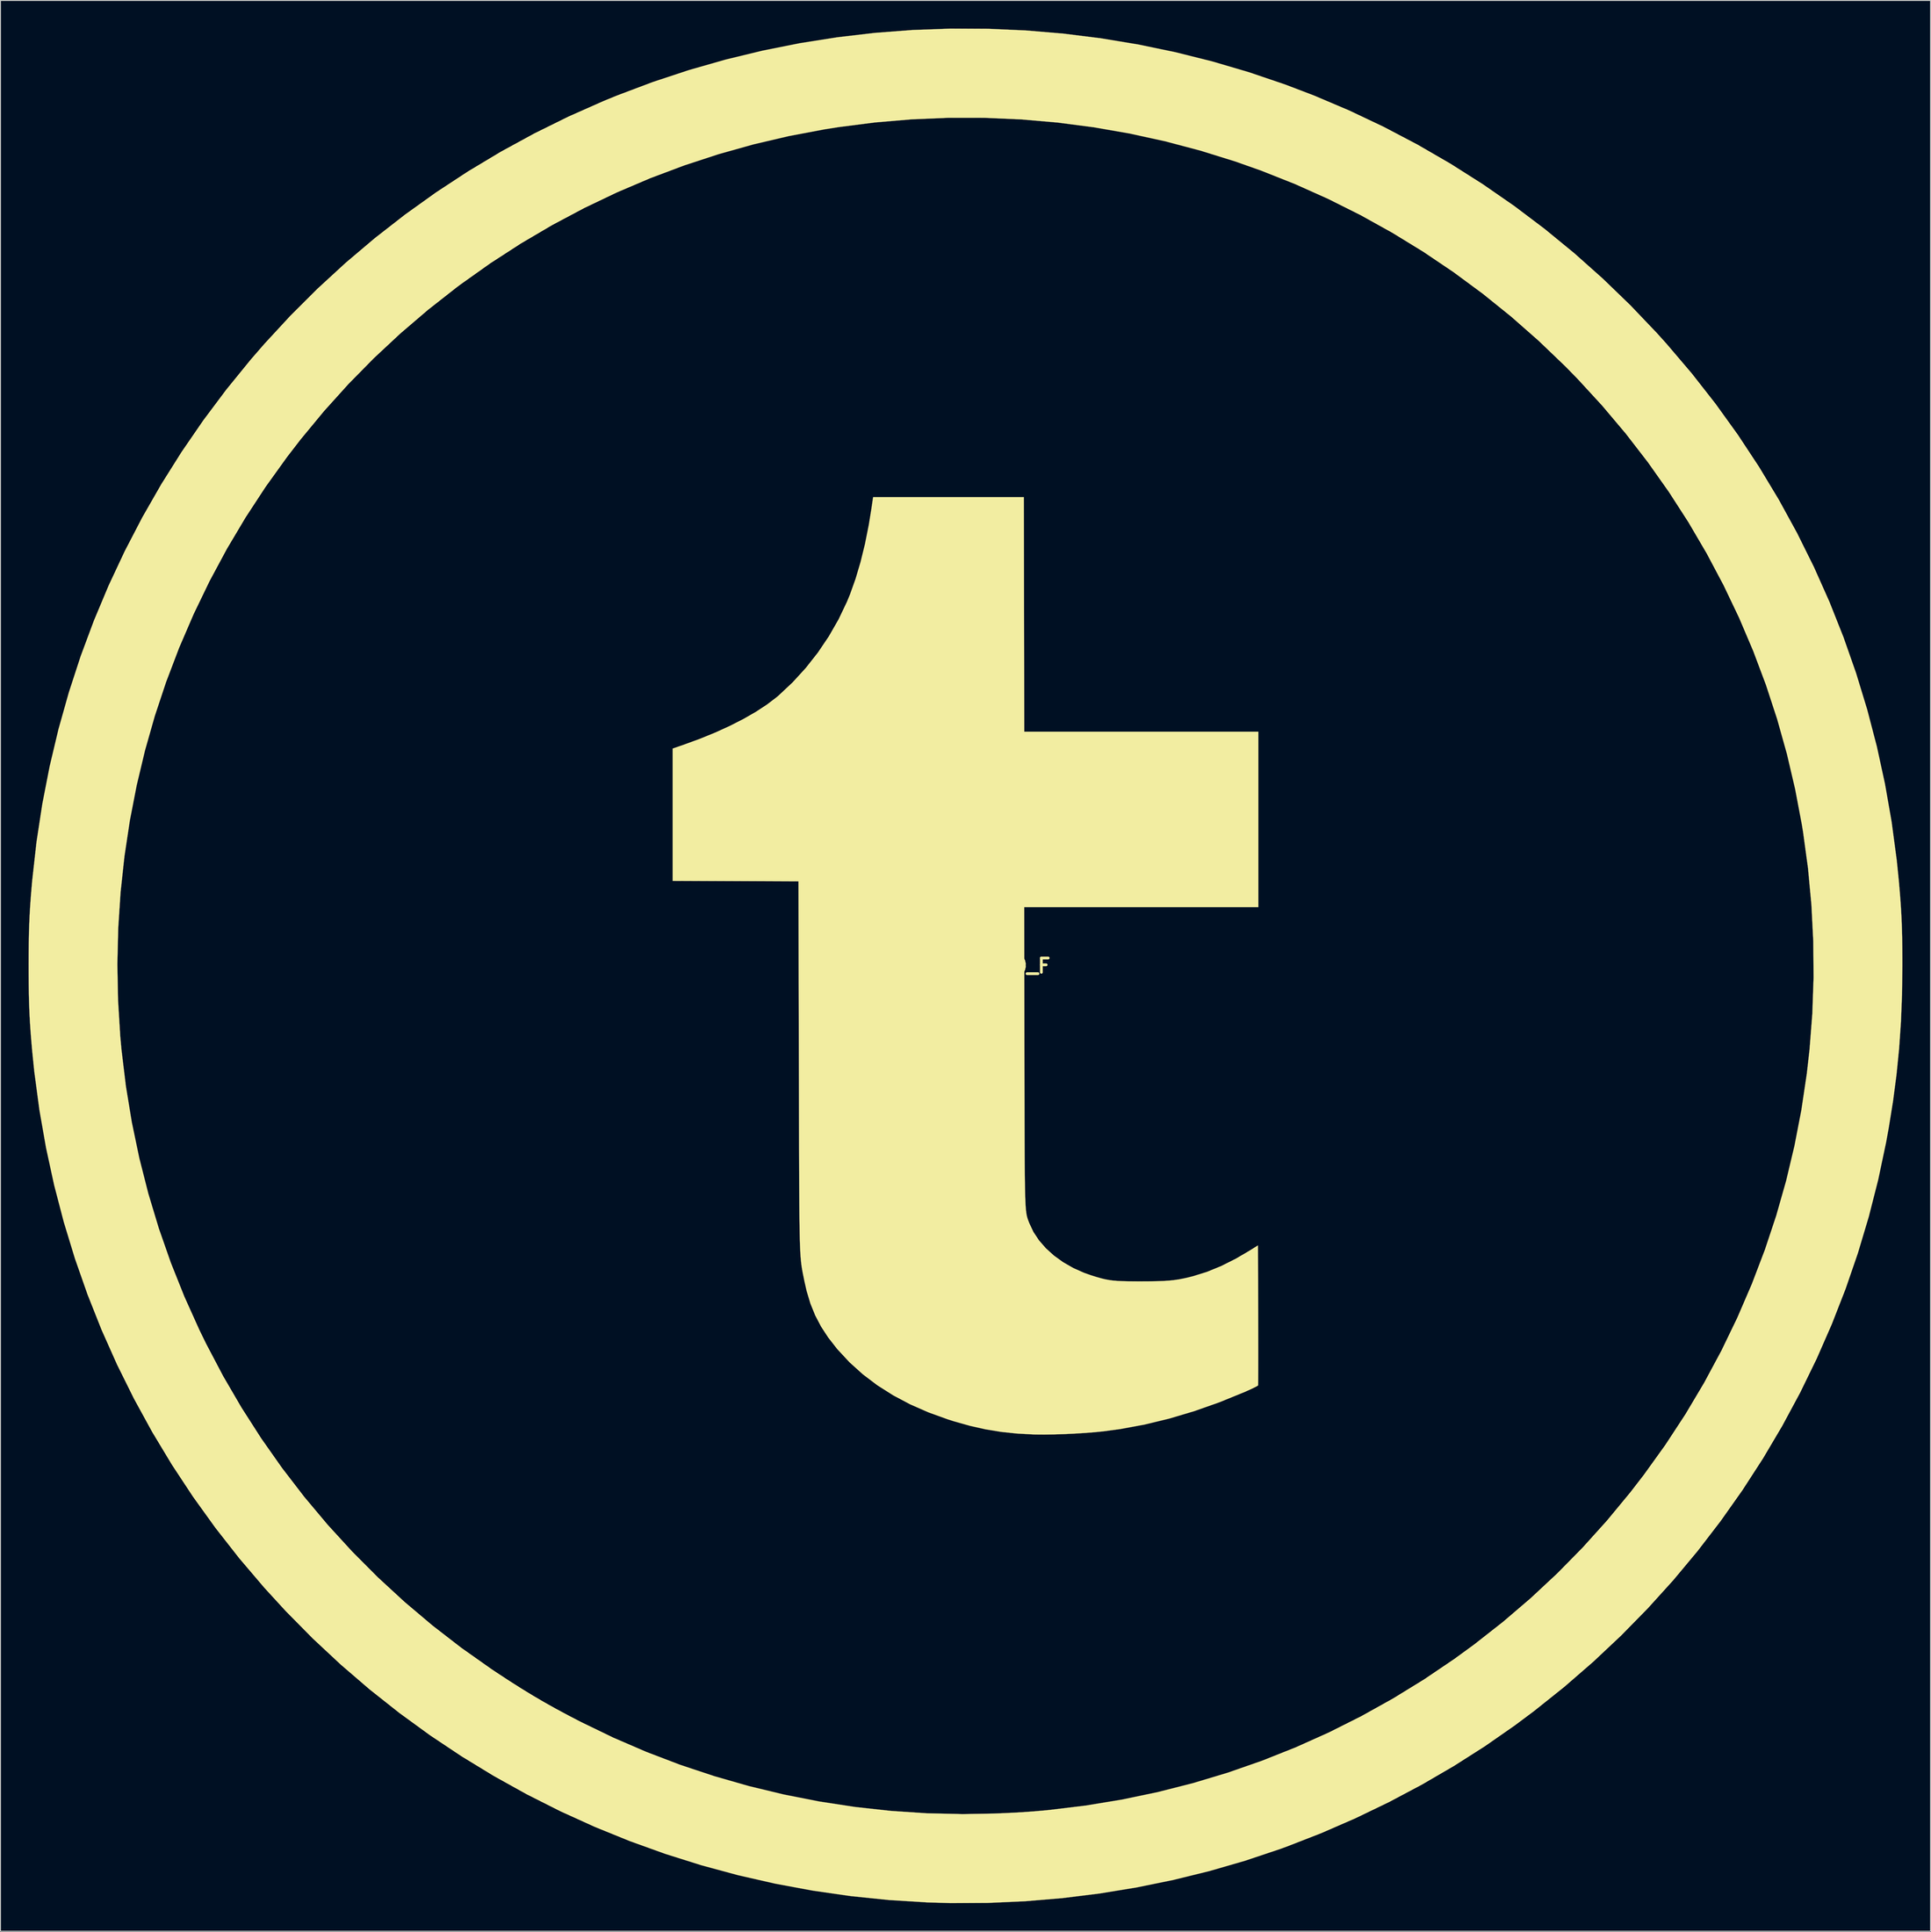
<source format=kicad_pcb>
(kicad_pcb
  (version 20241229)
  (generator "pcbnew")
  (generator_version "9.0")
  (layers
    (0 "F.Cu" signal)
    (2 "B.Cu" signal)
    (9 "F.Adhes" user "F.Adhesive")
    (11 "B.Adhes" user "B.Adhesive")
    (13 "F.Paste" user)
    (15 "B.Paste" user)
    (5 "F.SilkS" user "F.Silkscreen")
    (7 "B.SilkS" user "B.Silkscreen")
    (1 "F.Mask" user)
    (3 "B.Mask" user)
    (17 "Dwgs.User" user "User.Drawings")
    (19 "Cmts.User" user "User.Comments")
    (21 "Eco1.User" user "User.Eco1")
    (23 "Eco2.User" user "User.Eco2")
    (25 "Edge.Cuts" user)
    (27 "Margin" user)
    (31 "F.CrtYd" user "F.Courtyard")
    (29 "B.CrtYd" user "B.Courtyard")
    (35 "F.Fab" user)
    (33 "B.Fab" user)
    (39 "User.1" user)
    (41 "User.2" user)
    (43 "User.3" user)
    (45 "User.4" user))
  (footprint "tumblr_20x20_F"
    (layer "F.Cu")
    (at 99.948 99.972)
    (property "Reference" "tumblr_20x20_F" (at 0 0 0) (layer "F.SilkS") (effects (font (size 1.524 1.524) (thickness 0.3))))
    (attr through_hole)
    (fp_poly (pts (xy 6.266 -24.977) (xy 31.242 -24.977) (xy 31.242 -6.265) (xy 6.26 -6.265) (xy 6.287 9.546) (xy 6.29 11.515) (xy 6.293 13.322) (xy 6.296 14.975) (xy 6.299 16.481) (xy 6.303 17.848) (xy 6.307 19.082) (xy 6.312 20.192) (xy 6.318 21.185) (xy 6.325 22.068) (xy 6.334 22.85) (xy 6.344 23.537) (xy 6.356 24.136) (xy 6.37 24.656) (xy 6.387 25.104) (xy 6.406 25.487) (xy 6.428 25.813) (xy 6.453 26.089) (xy 6.482 26.323) (xy 6.513 26.522) (xy 6.548 26.694) (xy 6.588 26.846) (xy 6.631 26.985) (xy 6.678 27.12) (xy 6.73 27.257) (xy 6.787 27.404) (xy 6.805 27.451) (xy 7.247 28.39) (xy 7.842 29.286) (xy 8.577 30.129) (xy 9.438 30.908) (xy 10.413 31.611) (xy 11.487 32.227) (xy 12.648 32.745) (xy 13.388 33.006) (xy 13.931 33.176) (xy 14.408 33.314) (xy 14.846 33.422) (xy 15.272 33.505) (xy 15.715 33.565) (xy 16.201 33.607) (xy 16.76 33.633) (xy 17.418 33.648) (xy 18.203 33.653) (xy 18.669 33.654) (xy 19.61 33.65) (xy 20.409 33.638) (xy 21.095 33.614) (xy 21.697 33.575) (xy 22.242 33.519) (xy 22.759 33.443) (xy 23.275 33.344) (xy 23.819 33.22) (xy 24.262 33.108) (xy 25.742 32.649) (xy 27.262 32.028) (xy 28.821 31.247) (xy 30.184 30.45) (xy 31.2 29.819) (xy 31.222 37.24) (xy 31.224 38.348) (xy 31.226 39.407) (xy 31.227 40.406) (xy 31.228 41.333) (xy 31.227 42.175) (xy 31.226 42.919) (xy 31.224 43.555) (xy 31.221 44.068) (xy 31.217 44.447) (xy 31.213 44.68) (xy 31.208 44.754) (xy 31.123 44.816) (xy 30.907 44.931) (xy 30.585 45.088) (xy 30.185 45.273) (xy 29.773 45.456) (xy 27.086 46.551) (xy 24.407 47.496) (xy 21.746 48.289) (xy 19.11 48.928) (xy 16.51 49.409) (xy 14.69 49.655) (xy 13.761 49.747) (xy 12.729 49.828) (xy 11.638 49.895) (xy 10.528 49.947) (xy 9.443 49.981) (xy 8.426 49.996) (xy 7.519 49.991) (xy 7.239 49.983) (xy 5.458 49.886) (xy 3.772 49.707) (xy 2.131 49.436) (xy 0.487 49.067) (xy -1.21 48.589) (xy -1.867 48.381) (xy -3.948 47.63) (xy -5.896 46.774) (xy -7.712 45.812) (xy -9.395 44.745) (xy -10.946 43.572) (xy -12.364 42.295) (xy -13.65 40.912) (xy -13.736 40.809) (xy -14.647 39.64) (xy -15.409 38.474) (xy -16.035 37.28) (xy -16.543 36.026) (xy -16.948 34.679) (xy -17.18 33.655) (xy -17.239 33.364) (xy -17.293 33.097) (xy -17.344 32.847) (xy -17.39 32.607) (xy -17.433 32.37) (xy -17.471 32.13) (xy -17.507 31.878) (xy -17.539 31.609) (xy -17.568 31.314) (xy -17.594 30.988) (xy -17.618 30.622) (xy -17.639 30.21) (xy -17.657 29.745) (xy -17.674 29.22) (xy -17.688 28.627) (xy -17.7 27.96) (xy -17.711 27.211) (xy -17.721 26.375) (xy -17.729 25.442) (xy -17.736 24.408) (xy -17.742 23.263) (xy -17.747 22.002) (xy -17.752 20.618) (xy -17.757 19.103) (xy -17.761 17.45) (xy -17.765 15.652) (xy -17.769 13.703) (xy -17.774 11.594) (xy -17.777 10.499) (xy -17.822 -9.017) (xy -24.532 -9.039) (xy -31.242 -9.06) (xy -31.242 -23.176) (xy -30.078 -23.578) (xy -28.326 -24.218) (xy -26.666 -24.896) (xy -25.109 -25.607) (xy -23.668 -26.343) (xy -22.355 -27.098) (xy -21.184 -27.866) (xy -20.166 -28.64) (xy -19.939 -28.832) (xy -18.442 -30.235) (xy -17.041 -31.768) (xy -15.747 -33.412) (xy -14.575 -35.151) (xy -13.535 -36.965) (xy -12.642 -38.838) (xy -12.318 -39.624) (xy -11.728 -41.277) (xy -11.194 -43.075) (xy -10.722 -45) (xy -10.316 -47.037) (xy -10.049 -48.683) (xy -9.856 -49.996) (xy 6.223 -49.996) (xy 6.266 -24.977)) (stroke (width 0.01) (type solid)) (fill yes) (layer "F.SilkS"))
    (fp_poly (pts (xy 2.409 -99.951) (xy 6.438 -99.774) (xy 10.458 -99.435) (xy 14.464 -98.934) (xy 18.451 -98.272) (xy 22.414 -97.448) (xy 26.346 -96.463) (xy 30.242 -95.316) (xy 34.098 -94.007) (xy 37.169 -92.836) (xy 40.922 -91.242) (xy 44.605 -89.496) (xy 48.213 -87.6) (xy 51.74 -85.558) (xy 55.182 -83.375) (xy 58.534 -81.054) (xy 61.789 -78.598) (xy 64.944 -76.011) (xy 67.992 -73.297) (xy 70.929 -70.459) (xy 73.75 -67.501) (xy 74.798 -66.336) (xy 77.477 -63.189) (xy 80.014 -59.95) (xy 82.407 -56.625) (xy 84.655 -53.216) (xy 86.756 -49.729) (xy 88.708 -46.165) (xy 90.511 -42.529) (xy 92.162 -38.825) (xy 93.659 -35.056) (xy 95.002 -31.227) (xy 96.188 -27.34) (xy 97.217 -23.399) (xy 98.085 -19.409) (xy 98.793 -15.372) (xy 99.338 -11.293) (xy 99.561 -9.102) (xy 99.658 -7.987) (xy 99.739 -6.962) (xy 99.804 -5.992) (xy 99.854 -5.044) (xy 99.892 -4.083) (xy 99.918 -3.076) (xy 99.934 -1.988) (xy 99.942 -0.785) (xy 99.943 0) (xy 99.906 3.036) (xy 99.791 5.959) (xy 99.595 8.808) (xy 99.314 11.621) (xy 98.945 14.438) (xy 98.484 17.297) (xy 98.203 18.838) (xy 97.36 22.825) (xy 96.357 26.76) (xy 95.196 30.641) (xy 93.881 34.463) (xy 92.413 38.222) (xy 90.796 41.913) (xy 89.031 45.534) (xy 87.122 49.079) (xy 85.072 52.544) (xy 82.882 55.926) (xy 80.555 59.22) (xy 78.095 62.422) (xy 75.503 65.529) (xy 72.782 68.535) (xy 69.936 71.437) (xy 66.965 74.23) (xy 63.874 76.912) (xy 60.665 79.476) (xy 58.589 81.026) (xy 55.402 83.244) (xy 52.095 85.35) (xy 48.681 87.337) (xy 45.173 89.199) (xy 41.586 90.928) (xy 37.933 92.518) (xy 34.226 93.961) (xy 33.528 94.213) (xy 29.807 95.459) (xy 26.012 96.557) (xy 22.154 97.506) (xy 18.246 98.304) (xy 14.301 98.95) (xy 10.33 99.442) (xy 6.347 99.777) (xy 2.364 99.954) (xy -1.607 99.971) (xy -4.064 99.9) (xy -8.178 99.644) (xy -12.259 99.224) (xy -16.303 98.641) (xy -20.305 97.898) (xy -24.261 96.996) (xy -28.167 95.938) (xy -32.019 94.725) (xy -35.813 93.359) (xy -39.545 91.843) (xy -43.21 90.179) (xy -46.804 88.367) (xy -50.323 86.411) (xy -53.763 84.313) (xy -57.12 82.073) (xy -60.389 79.695) (xy -63.566 77.18) (xy -66.648 74.531) (xy -69.63 71.748) (xy -72.507 68.835) (xy -74.798 66.336) (xy -77.477 63.189) (xy -80.014 59.95) (xy -82.407 56.625) (xy -84.655 53.216) (xy -86.756 49.729) (xy -88.708 46.165) (xy -90.511 42.529) (xy -92.162 38.825) (xy -93.659 35.056) (xy -95.002 31.227) (xy -96.188 27.34) (xy -97.217 23.399) (xy -98.085 19.409) (xy -98.793 15.372) (xy -99.338 11.293) (xy -99.561 9.102) (xy -99.658 7.987) (xy -99.739 6.962) (xy -99.804 5.992) (xy -99.854 5.044) (xy -99.892 4.083) (xy -99.918 3.076) (xy -99.934 1.988) (xy -99.942 0.785) (xy -99.943 0) (xy -99.943 -0.175) (xy -90.478 -0.175) (xy -90.406 3.672) (xy -90.17 7.507) (xy -90.04 8.932) (xy -89.568 12.842) (xy -88.933 16.705) (xy -88.136 20.52) (xy -87.178 24.285) (xy -86.058 27.999) (xy -84.777 31.661) (xy -83.335 35.271) (xy -81.734 38.826) (xy -81.014 40.301) (xy -79.195 43.758) (xy -77.233 47.126) (xy -75.133 50.401) (xy -72.898 53.578) (xy -70.531 56.654) (xy -68.038 59.624) (xy -65.42 62.484) (xy -62.683 65.23) (xy -59.83 67.857) (xy -56.865 70.361) (xy -53.791 72.739) (xy -50.612 74.984) (xy -50.014 75.384) (xy -48.643 76.282) (xy -47.362 77.095) (xy -46.133 77.846) (xy -44.915 78.559) (xy -43.669 79.256) (xy -42.354 79.962) (xy -41.021 80.654) (xy -37.57 82.325) (xy -34.046 83.846) (xy -30.458 85.215) (xy -26.812 86.429) (xy -23.117 87.489) (xy -19.38 88.39) (xy -15.609 89.133) (xy -11.812 89.715) (xy -7.996 90.135) (xy -4.168 90.391) (xy -0.337 90.48) (xy 2.963 90.423) (xy 4.2 90.374) (xy 5.31 90.32) (xy 6.335 90.258) (xy 7.319 90.186) (xy 8.303 90.101) (xy 8.932 90.04) (xy 12.832 89.568) (xy 16.69 88.932) (xy 20.503 88.135) (xy 24.267 87.178) (xy 27.978 86.062) (xy 31.632 84.788) (xy 35.225 83.359) (xy 38.755 81.776) (xy 42.215 80.039) (xy 45.604 78.152) (xy 48.917 76.115) (xy 52.15 73.929) (xy 54.248 72.4) (xy 57.335 69.978) (xy 60.292 67.449) (xy 63.123 64.809) (xy 65.835 62.052) (xy 68.43 59.174) (xy 70.915 56.169) (xy 72.373 54.28) (xy 74.659 51.099) (xy 76.799 47.831) (xy 78.793 44.479) (xy 80.64 41.043) (xy 82.339 37.524) (xy 83.89 33.925) (xy 85.283 30.268) (xy 86.489 26.639) (xy 87.54 22.946) (xy 88.433 19.195) (xy 89.168 15.39) (xy 89.744 11.537) (xy 90.04 8.932) (xy 90.338 5.095) (xy 90.47 1.232) (xy 90.437 -2.646) (xy 90.239 -6.529) (xy 89.877 -10.407) (xy 89.351 -14.27) (xy 89.228 -15.028) (xy 88.509 -18.834) (xy 87.629 -22.595) (xy 86.588 -26.309) (xy 85.389 -29.97) (xy 84.036 -33.573) (xy 82.53 -37.114) (xy 80.874 -40.587) (xy 79.07 -43.988) (xy 77.122 -47.313) (xy 75.03 -50.556) (xy 72.798 -53.713) (xy 70.429 -56.779) (xy 67.923 -59.749) (xy 65.286 -62.618) (xy 63.966 -63.966) (xy 61.14 -66.673) (xy 58.21 -69.25) (xy 55.179 -71.693) (xy 52.052 -74) (xy 48.834 -76.169) (xy 45.529 -78.195) (xy 42.142 -80.077) (xy 38.677 -81.811) (xy 35.14 -83.395) (xy 31.534 -84.825) (xy 28.772 -85.801) (xy 25.049 -86.959) (xy 21.286 -87.954) (xy 17.489 -88.784) (xy 13.663 -89.449) (xy 9.813 -89.95) (xy 5.943 -90.285) (xy 2.058 -90.454) (xy -1.836 -90.457) (xy -5.735 -90.293) (xy -9.633 -89.963) (xy -13.527 -89.465) (xy -15.028 -89.228) (xy -18.837 -88.509) (xy -22.605 -87.626) (xy -26.328 -86.582) (xy -30 -85.379) (xy -33.617 -84.02) (xy -37.172 -82.505) (xy -40.662 -80.838) (xy -44.081 -79.021) (xy -47.424 -77.055) (xy -50.686 -74.943) (xy -53.862 -72.688) (xy -54.248 -72.4) (xy -57.335 -69.978) (xy -60.292 -67.449) (xy -63.123 -64.809) (xy -65.835 -62.052) (xy -68.43 -59.174) (xy -70.915 -56.169) (xy -72.373 -54.28) (xy -74.659 -51.099) (xy -76.799 -47.831) (xy -78.793 -44.479) (xy -80.64 -41.043) (xy -82.339 -37.524) (xy -83.89 -33.925) (xy -85.283 -30.268) (xy -86.483 -26.658) (xy -87.528 -22.985) (xy -88.417 -19.261) (xy -89.148 -15.494) (xy -89.721 -11.692) (xy -90.134 -7.866) (xy -90.387 -4.024) (xy -90.478 -0.175) (xy -99.943 -0.175) (xy -99.94 -1.287) (xy -99.929 -2.44) (xy -99.909 -3.491) (xy -99.878 -4.475) (xy -99.835 -5.427) (xy -99.779 -6.38) (xy -99.708 -7.368) (xy -99.621 -8.425) (xy -99.561 -9.102) (xy -99.104 -13.202) (xy -98.483 -17.262) (xy -97.7 -21.277) (xy -96.757 -25.245) (xy -95.654 -29.161) (xy -94.395 -33.021) (xy -92.979 -36.823) (xy -91.41 -40.562) (xy -89.688 -44.235) (xy -87.816 -47.837) (xy -85.794 -51.366) (xy -83.624 -54.817) (xy -81.308 -58.187) (xy -78.848 -61.472) (xy -76.245 -64.669) (xy -74.798 -66.336) (xy -72.024 -69.339) (xy -69.131 -72.224) (xy -66.125 -74.986) (xy -63.01 -77.622) (xy -59.793 -80.128) (xy -56.478 -82.502) (xy -53.07 -84.738) (xy -49.574 -86.835) (xy -45.996 -88.787) (xy -42.342 -90.591) (xy -38.615 -92.244) (xy -37.169 -92.836) (xy -33.35 -94.275) (xy -29.485 -95.552) (xy -25.581 -96.667) (xy -21.643 -97.621) (xy -17.676 -98.414) (xy -13.684 -99.044) (xy -9.675 -99.514) (xy -5.653 -99.821) (xy -1.623 -99.967) (xy 2.409 -99.951)) (stroke (width 0.01) (type solid)) (fill yes) (layer "F.SilkS")))
  (gr_rect
    (start -3 -3)
    (end 202.896 202.948)
    (stroke (width 0.1) (type default))
    (fill no)
    (layer "Edge.Cuts")))
</source>
